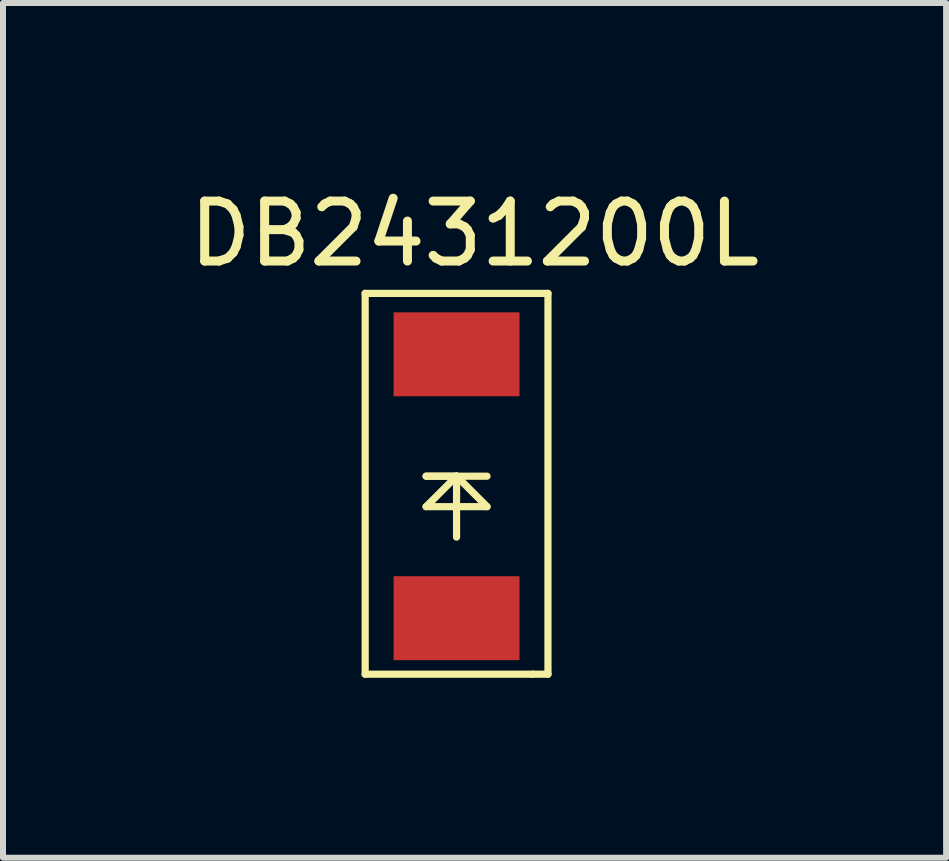
<source format=kicad_pcb>
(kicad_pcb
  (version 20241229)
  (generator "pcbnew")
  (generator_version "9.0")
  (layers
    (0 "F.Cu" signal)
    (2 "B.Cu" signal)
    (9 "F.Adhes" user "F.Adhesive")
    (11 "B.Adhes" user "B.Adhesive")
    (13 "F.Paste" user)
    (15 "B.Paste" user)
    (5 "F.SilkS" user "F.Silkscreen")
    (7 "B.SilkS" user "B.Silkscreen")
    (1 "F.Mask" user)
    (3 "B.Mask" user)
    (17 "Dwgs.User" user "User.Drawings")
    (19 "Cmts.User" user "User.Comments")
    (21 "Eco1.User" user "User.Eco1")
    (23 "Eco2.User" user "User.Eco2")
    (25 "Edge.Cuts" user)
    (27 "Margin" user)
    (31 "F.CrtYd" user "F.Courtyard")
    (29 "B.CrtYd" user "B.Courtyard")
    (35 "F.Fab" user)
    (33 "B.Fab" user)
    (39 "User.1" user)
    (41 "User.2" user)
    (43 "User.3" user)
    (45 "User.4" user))
  (footprint "DB2431200L"
    (layer "F.Cu")
    (at 4.563 2.858)
    (property "Reference" "DB2431200L" (at 0.3 -2.01 0) (layer "F.SilkS") (effects (font (size 1 1) (thickness 0.15))))
    (attr through_hole)
    (fp_line (start -1.524 -1.016) (end -1.524 5.334) (stroke (width 0.12) (type solid)) (layer "F.SilkS"))
    (fp_line (start -1.524 -1.016) (end 1.524 -1.016) (stroke (width 0.12) (type solid)) (layer "F.SilkS"))
    (fp_line (start -1.524 5.334) (end 1.27 5.334) (stroke (width 0.12) (type solid)) (layer "F.SilkS"))
    (fp_line (start -0.508 2.032) (end 0.508 2.032) (stroke (width 0.12) (type solid)) (layer "F.SilkS"))
    (fp_line (start -0.508 2.54) (end 0 2.032) (stroke (width 0.12) (type solid)) (layer "F.SilkS"))
    (fp_line (start 0 2.032) (end -0.508 2.032) (stroke (width 0.12) (type solid)) (layer "F.SilkS"))
    (fp_line (start 0 2.032) (end 0.508 2.54) (stroke (width 0.12) (type solid)) (layer "F.SilkS"))
    (fp_line (start 0 2.54) (end -0.508 2.54) (stroke (width 0.12) (type solid)) (layer "F.SilkS"))
    (fp_line (start 0 2.54) (end 0 2.032) (stroke (width 0.12) (type solid)) (layer "F.SilkS"))
    (fp_line (start 0 3.048) (end 0 2.54) (stroke (width 0.12) (type solid)) (layer "F.SilkS"))
    (fp_line (start 0.508 2.54) (end 0 2.54) (stroke (width 0.12) (type solid)) (layer "F.SilkS"))
    (fp_line (start 1.27 5.334) (end 1.524 5.334) (stroke (width 0.12) (type solid)) (layer "F.SilkS"))
    (fp_line (start 1.524 5.334) (end 1.524 -1.016) (stroke (width 0.12) (type solid)) (layer "F.SilkS"))
    (pad "1" smd rect (at 0 0) (size 2.1 1.4) (layers "F.Cu" "F.Mask" "F.Paste"))
    (pad "2" smd rect (at 0 4.4) (size 2.1 1.4) (layers "F.Cu" "F.Mask" "F.Paste")))
  (gr_rect
    (start -3 -3)
    (end 12.726 11.252)
    (stroke (width 0.1) (type default))
    (fill no)
    (layer "Edge.Cuts")))
</source>
